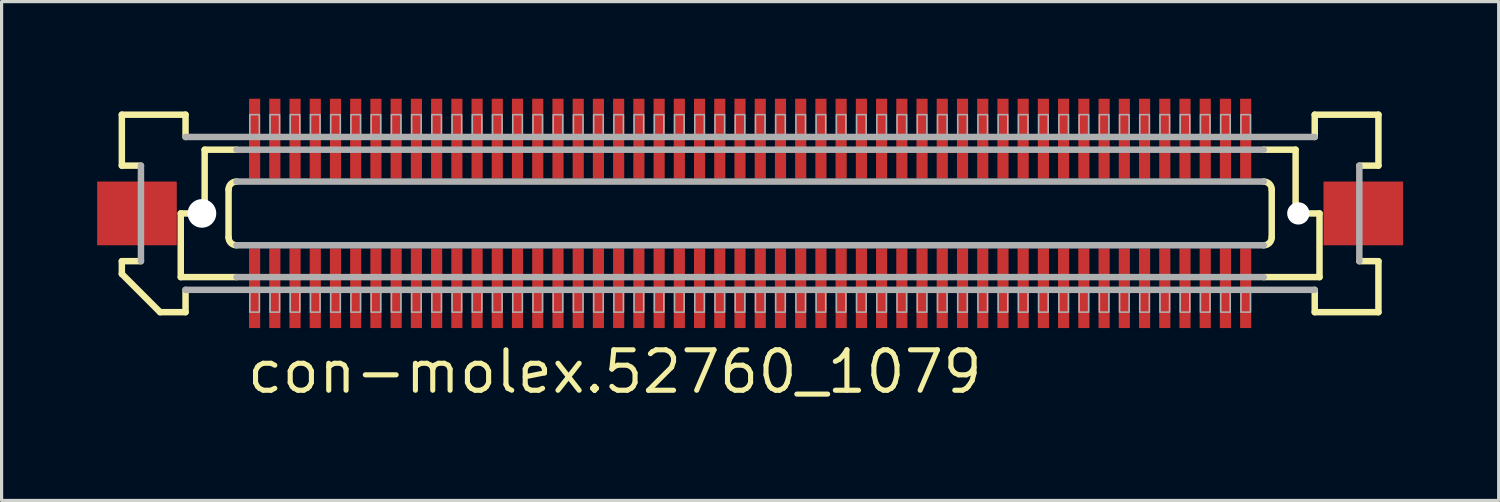
<source format=kicad_pcb>
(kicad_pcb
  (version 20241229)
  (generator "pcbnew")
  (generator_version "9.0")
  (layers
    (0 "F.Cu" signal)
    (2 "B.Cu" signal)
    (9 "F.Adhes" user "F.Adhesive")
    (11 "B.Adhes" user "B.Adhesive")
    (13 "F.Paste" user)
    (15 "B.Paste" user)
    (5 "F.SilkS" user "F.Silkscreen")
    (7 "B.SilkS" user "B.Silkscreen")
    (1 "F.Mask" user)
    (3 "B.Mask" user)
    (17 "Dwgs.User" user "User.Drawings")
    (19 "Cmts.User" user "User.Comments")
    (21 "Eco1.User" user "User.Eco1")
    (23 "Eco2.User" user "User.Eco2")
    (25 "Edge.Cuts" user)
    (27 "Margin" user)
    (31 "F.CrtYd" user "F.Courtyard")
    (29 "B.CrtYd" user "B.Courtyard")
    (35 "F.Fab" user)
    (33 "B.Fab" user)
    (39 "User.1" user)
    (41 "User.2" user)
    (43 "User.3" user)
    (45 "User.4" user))
  (footprint "con-molex.52760_1079"
    (layer "F.Cu")
    (at 20.5 3.65)
    (property "Reference" "con-molex.52760_1079" (at -15.875 5.715 0) (layer "F.SilkS") (effects (font (size 1.27 1.27) (thickness 0.16)) (justify left bottom)))
    (attr smd)
    (fp_rect (start -15.758 -1.075) (end -15.357 -3.625) (stroke (width 0.05) (type default)) (fill yes) (layer "F.Mask"))
    (fp_rect (start -15.758 3.625) (end -15.357 1.075) (stroke (width 0.05) (type default)) (fill yes) (layer "F.Mask"))
    (fp_rect (start -15.123 -1.075) (end -14.723 -3.625) (stroke (width 0.05) (type default)) (fill yes) (layer "F.Mask"))
    (fp_rect (start -15.123 3.625) (end -14.723 1.075) (stroke (width 0.05) (type default)) (fill yes) (layer "F.Mask"))
    (fp_rect (start -14.488 -1.075) (end -14.088 -3.625) (stroke (width 0.05) (type default)) (fill yes) (layer "F.Mask"))
    (fp_rect (start -14.488 3.625) (end -14.088 1.075) (stroke (width 0.05) (type default)) (fill yes) (layer "F.Mask"))
    (fp_rect (start -13.852 -1.075) (end -13.453 -3.625) (stroke (width 0.05) (type default)) (fill yes) (layer "F.Mask"))
    (fp_rect (start -13.852 3.625) (end -13.453 1.075) (stroke (width 0.05) (type default)) (fill yes) (layer "F.Mask"))
    (fp_rect (start -13.217 -1.075) (end -12.818 -3.625) (stroke (width 0.05) (type default)) (fill yes) (layer "F.Mask"))
    (fp_rect (start -13.217 3.625) (end -12.818 1.075) (stroke (width 0.05) (type default)) (fill yes) (layer "F.Mask"))
    (fp_rect (start -12.582 -1.075) (end -12.182 -3.625) (stroke (width 0.05) (type default)) (fill yes) (layer "F.Mask"))
    (fp_rect (start -12.582 3.625) (end -12.182 1.075) (stroke (width 0.05) (type default)) (fill yes) (layer "F.Mask"))
    (fp_rect (start -11.947 -1.075) (end -11.547 -3.625) (stroke (width 0.05) (type default)) (fill yes) (layer "F.Mask"))
    (fp_rect (start -11.947 3.625) (end -11.547 1.075) (stroke (width 0.05) (type default)) (fill yes) (layer "F.Mask"))
    (fp_rect (start -11.312 -1.075) (end -10.912 -3.625) (stroke (width 0.05) (type default)) (fill yes) (layer "F.Mask"))
    (fp_rect (start -11.312 3.625) (end -10.912 1.075) (stroke (width 0.05) (type default)) (fill yes) (layer "F.Mask"))
    (fp_rect (start -10.678 -1.075) (end -10.277 -3.625) (stroke (width 0.05) (type default)) (fill yes) (layer "F.Mask"))
    (fp_rect (start -10.678 3.625) (end -10.277 1.075) (stroke (width 0.05) (type default)) (fill yes) (layer "F.Mask"))
    (fp_rect (start -10.043 -1.075) (end -9.643 -3.625) (stroke (width 0.05) (type default)) (fill yes) (layer "F.Mask"))
    (fp_rect (start -10.043 3.625) (end -9.643 1.075) (stroke (width 0.05) (type default)) (fill yes) (layer "F.Mask"))
    (fp_rect (start -9.408 -1.075) (end -9.008 -3.625) (stroke (width 0.05) (type default)) (fill yes) (layer "F.Mask"))
    (fp_rect (start -9.408 3.625) (end -9.008 1.075) (stroke (width 0.05) (type default)) (fill yes) (layer "F.Mask"))
    (fp_rect (start -8.773 -1.075) (end -8.373 -3.625) (stroke (width 0.05) (type default)) (fill yes) (layer "F.Mask"))
    (fp_rect (start -8.773 3.625) (end -8.373 1.075) (stroke (width 0.05) (type default)) (fill yes) (layer "F.Mask"))
    (fp_rect (start -8.137 -1.075) (end -7.737 -3.625) (stroke (width 0.05) (type default)) (fill yes) (layer "F.Mask"))
    (fp_rect (start -8.137 3.625) (end -7.737 1.075) (stroke (width 0.05) (type default)) (fill yes) (layer "F.Mask"))
    (fp_rect (start -7.503 -1.075) (end -7.103 -3.625) (stroke (width 0.05) (type default)) (fill yes) (layer "F.Mask"))
    (fp_rect (start -7.503 3.625) (end -7.103 1.075) (stroke (width 0.05) (type default)) (fill yes) (layer "F.Mask"))
    (fp_rect (start -6.867 -1.075) (end -6.468 -3.625) (stroke (width 0.05) (type default)) (fill yes) (layer "F.Mask"))
    (fp_rect (start -6.867 3.625) (end -6.468 1.075) (stroke (width 0.05) (type default)) (fill yes) (layer "F.Mask"))
    (fp_rect (start -6.232 -1.075) (end -5.832 -3.625) (stroke (width 0.05) (type default)) (fill yes) (layer "F.Mask"))
    (fp_rect (start -6.232 3.625) (end -5.832 1.075) (stroke (width 0.05) (type default)) (fill yes) (layer "F.Mask"))
    (fp_rect (start -5.598 -1.075) (end -5.197 -3.625) (stroke (width 0.05) (type default)) (fill yes) (layer "F.Mask"))
    (fp_rect (start -5.598 3.625) (end -5.197 1.075) (stroke (width 0.05) (type default)) (fill yes) (layer "F.Mask"))
    (fp_rect (start -4.963 -1.075) (end -4.562 -3.625) (stroke (width 0.05) (type default)) (fill yes) (layer "F.Mask"))
    (fp_rect (start -4.963 3.625) (end -4.562 1.075) (stroke (width 0.05) (type default)) (fill yes) (layer "F.Mask"))
    (fp_rect (start -4.327 -1.075) (end -3.928 -3.625) (stroke (width 0.05) (type default)) (fill yes) (layer "F.Mask"))
    (fp_rect (start -4.327 3.625) (end -3.928 1.075) (stroke (width 0.05) (type default)) (fill yes) (layer "F.Mask"))
    (fp_rect (start -3.692 -1.075) (end -3.292 -3.625) (stroke (width 0.05) (type default)) (fill yes) (layer "F.Mask"))
    (fp_rect (start -3.692 3.625) (end -3.292 1.075) (stroke (width 0.05) (type default)) (fill yes) (layer "F.Mask"))
    (fp_rect (start -3.058 -1.075) (end -2.658 -3.625) (stroke (width 0.05) (type default)) (fill yes) (layer "F.Mask"))
    (fp_rect (start -3.058 3.625) (end -2.658 1.075) (stroke (width 0.05) (type default)) (fill yes) (layer "F.Mask"))
    (fp_rect (start -2.422 -1.075) (end -2.022 -3.625) (stroke (width 0.05) (type default)) (fill yes) (layer "F.Mask"))
    (fp_rect (start -2.422 3.625) (end -2.022 1.075) (stroke (width 0.05) (type default)) (fill yes) (layer "F.Mask"))
    (fp_rect (start -1.788 -1.075) (end -1.387 -3.625) (stroke (width 0.05) (type default)) (fill yes) (layer "F.Mask"))
    (fp_rect (start -1.788 3.625) (end -1.387 1.075) (stroke (width 0.05) (type default)) (fill yes) (layer "F.Mask"))
    (fp_rect (start -1.153 -1.075) (end -0.752 -3.625) (stroke (width 0.05) (type default)) (fill yes) (layer "F.Mask"))
    (fp_rect (start -1.153 3.625) (end -0.752 1.075) (stroke (width 0.05) (type default)) (fill yes) (layer "F.Mask"))
    (fp_rect (start -0.517 -1.075) (end -0.117 -3.625) (stroke (width 0.05) (type default)) (fill yes) (layer "F.Mask"))
    (fp_rect (start -0.517 3.625) (end -0.117 1.075) (stroke (width 0.05) (type default)) (fill yes) (layer "F.Mask"))
    (fp_rect (start 0.117 -1.075) (end 0.517 -3.625) (stroke (width 0.05) (type default)) (fill yes) (layer "F.Mask"))
    (fp_rect (start 0.117 3.625) (end 0.517 1.075) (stroke (width 0.05) (type default)) (fill yes) (layer "F.Mask"))
    (fp_rect (start 0.752 -1.075) (end 1.153 -3.625) (stroke (width 0.05) (type default)) (fill yes) (layer "F.Mask"))
    (fp_rect (start 0.752 3.625) (end 1.153 1.075) (stroke (width 0.05) (type default)) (fill yes) (layer "F.Mask"))
    (fp_rect (start 1.387 -1.075) (end 1.788 -3.625) (stroke (width 0.05) (type default)) (fill yes) (layer "F.Mask"))
    (fp_rect (start 1.387 3.625) (end 1.788 1.075) (stroke (width 0.05) (type default)) (fill yes) (layer "F.Mask"))
    (fp_rect (start 2.022 -1.075) (end 2.422 -3.625) (stroke (width 0.05) (type default)) (fill yes) (layer "F.Mask"))
    (fp_rect (start 2.022 3.625) (end 2.422 1.075) (stroke (width 0.05) (type default)) (fill yes) (layer "F.Mask"))
    (fp_rect (start 2.658 -1.075) (end 3.058 -3.625) (stroke (width 0.05) (type default)) (fill yes) (layer "F.Mask"))
    (fp_rect (start 2.658 3.625) (end 3.058 1.075) (stroke (width 0.05) (type default)) (fill yes) (layer "F.Mask"))
    (fp_rect (start 3.292 -1.075) (end 3.692 -3.625) (stroke (width 0.05) (type default)) (fill yes) (layer "F.Mask"))
    (fp_rect (start 3.292 3.625) (end 3.692 1.075) (stroke (width 0.05) (type default)) (fill yes) (layer "F.Mask"))
    (fp_rect (start 3.928 -1.075) (end 4.327 -3.625) (stroke (width 0.05) (type default)) (fill yes) (layer "F.Mask"))
    (fp_rect (start 3.928 3.625) (end 4.327 1.075) (stroke (width 0.05) (type default)) (fill yes) (layer "F.Mask"))
    (fp_rect (start 4.562 -1.075) (end 4.963 -3.625) (stroke (width 0.05) (type default)) (fill yes) (layer "F.Mask"))
    (fp_rect (start 4.562 3.625) (end 4.963 1.075) (stroke (width 0.05) (type default)) (fill yes) (layer "F.Mask"))
    (fp_rect (start 5.197 -1.075) (end 5.598 -3.625) (stroke (width 0.05) (type default)) (fill yes) (layer "F.Mask"))
    (fp_rect (start 5.197 3.625) (end 5.598 1.075) (stroke (width 0.05) (type default)) (fill yes) (layer "F.Mask"))
    (fp_rect (start 5.832 -1.075) (end 6.232 -3.625) (stroke (width 0.05) (type default)) (fill yes) (layer "F.Mask"))
    (fp_rect (start 5.832 3.625) (end 6.232 1.075) (stroke (width 0.05) (type default)) (fill yes) (layer "F.Mask"))
    (fp_rect (start 6.468 -1.075) (end 6.867 -3.625) (stroke (width 0.05) (type default)) (fill yes) (layer "F.Mask"))
    (fp_rect (start 6.468 3.625) (end 6.867 1.075) (stroke (width 0.05) (type default)) (fill yes) (layer "F.Mask"))
    (fp_rect (start 7.103 -1.075) (end 7.503 -3.625) (stroke (width 0.05) (type default)) (fill yes) (layer "F.Mask"))
    (fp_rect (start 7.103 3.625) (end 7.503 1.075) (stroke (width 0.05) (type default)) (fill yes) (layer "F.Mask"))
    (fp_rect (start 7.737 -1.075) (end 8.137 -3.625) (stroke (width 0.05) (type default)) (fill yes) (layer "F.Mask"))
    (fp_rect (start 7.737 3.625) (end 8.137 1.075) (stroke (width 0.05) (type default)) (fill yes) (layer "F.Mask"))
    (fp_rect (start 8.373 -1.075) (end 8.773 -3.625) (stroke (width 0.05) (type default)) (fill yes) (layer "F.Mask"))
    (fp_rect (start 8.373 3.625) (end 8.773 1.075) (stroke (width 0.05) (type default)) (fill yes) (layer "F.Mask"))
    (fp_rect (start 9.008 -1.075) (end 9.408 -3.625) (stroke (width 0.05) (type default)) (fill yes) (layer "F.Mask"))
    (fp_rect (start 9.008 3.625) (end 9.408 1.075) (stroke (width 0.05) (type default)) (fill yes) (layer "F.Mask"))
    (fp_rect (start 9.643 -1.075) (end 10.043 -3.625) (stroke (width 0.05) (type default)) (fill yes) (layer "F.Mask"))
    (fp_rect (start 9.643 3.625) (end 10.043 1.075) (stroke (width 0.05) (type default)) (fill yes) (layer "F.Mask"))
    (fp_rect (start 10.277 -1.075) (end 10.678 -3.625) (stroke (width 0.05) (type default)) (fill yes) (layer "F.Mask"))
    (fp_rect (start 10.277 3.625) (end 10.678 1.075) (stroke (width 0.05) (type default)) (fill yes) (layer "F.Mask"))
    (fp_rect (start 10.912 -1.075) (end 11.312 -3.625) (stroke (width 0.05) (type default)) (fill yes) (layer "F.Mask"))
    (fp_rect (start 10.912 3.625) (end 11.312 1.075) (stroke (width 0.05) (type default)) (fill yes) (layer "F.Mask"))
    (fp_rect (start 11.547 -1.075) (end 11.947 -3.625) (stroke (width 0.05) (type default)) (fill yes) (layer "F.Mask"))
    (fp_rect (start 11.547 3.625) (end 11.947 1.075) (stroke (width 0.05) (type default)) (fill yes) (layer "F.Mask"))
    (fp_rect (start 12.182 -1.075) (end 12.582 -3.625) (stroke (width 0.05) (type default)) (fill yes) (layer "F.Mask"))
    (fp_rect (start 12.182 3.625) (end 12.582 1.075) (stroke (width 0.05) (type default)) (fill yes) (layer "F.Mask"))
    (fp_rect (start 12.818 -1.075) (end 13.217 -3.625) (stroke (width 0.05) (type default)) (fill yes) (layer "F.Mask"))
    (fp_rect (start 12.818 3.625) (end 13.217 1.075) (stroke (width 0.05) (type default)) (fill yes) (layer "F.Mask"))
    (fp_rect (start 13.453 -1.075) (end 13.852 -3.625) (stroke (width 0.05) (type default)) (fill yes) (layer "F.Mask"))
    (fp_rect (start 13.453 3.625) (end 13.852 1.075) (stroke (width 0.05) (type default)) (fill yes) (layer "F.Mask"))
    (fp_rect (start 14.088 -1.075) (end 14.488 -3.625) (stroke (width 0.05) (type default)) (fill yes) (layer "F.Mask"))
    (fp_rect (start 14.088 3.625) (end 14.488 1.075) (stroke (width 0.05) (type default)) (fill yes) (layer "F.Mask"))
    (fp_rect (start 14.723 -1.075) (end 15.123 -3.625) (stroke (width 0.05) (type default)) (fill yes) (layer "F.Mask"))
    (fp_rect (start 14.723 3.625) (end 15.123 1.075) (stroke (width 0.05) (type default)) (fill yes) (layer "F.Mask"))
    (fp_rect (start 15.357 -1.075) (end 15.758 -3.625) (stroke (width 0.05) (type default)) (fill yes) (layer "F.Mask"))
    (fp_rect (start 15.357 3.625) (end 15.758 1.075) (stroke (width 0.05) (type default)) (fill yes) (layer "F.Mask"))
    (fp_line (start -19.725 -3.1) (end -17.725 -3.1) (stroke (width 0.203) (type default)) (layer "F.SilkS"))
    (fp_line (start -19.725 -1.5) (end -19.725 -3.1) (stroke (width 0.203) (type default)) (layer "F.SilkS"))
    (fp_line (start -19.725 1.5) (end -19.125 1.5) (stroke (width 0.203) (type default)) (layer "F.SilkS"))
    (fp_line (start -19.725 1.9) (end -19.725 1.5) (stroke (width 0.203) (type default)) (layer "F.SilkS"))
    (fp_line (start -19.125 -1.5) (end -19.725 -1.5) (stroke (width 0.203) (type default)) (layer "F.SilkS"))
    (fp_line (start -18.525 3.1) (end -19.725 1.9) (stroke (width 0.203) (type default)) (layer "F.SilkS"))
    (fp_line (start -17.875 0) (end -17.875 2) (stroke (width 0.203) (type default)) (layer "F.SilkS"))
    (fp_line (start -17.875 2) (end -16.125 2) (stroke (width 0.203) (type default)) (layer "F.SilkS"))
    (fp_line (start -17.725 -3.1) (end -17.725 -2.4) (stroke (width 0.203) (type default)) (layer "F.SilkS"))
    (fp_line (start -17.725 2.4) (end -17.725 3.1) (stroke (width 0.203) (type default)) (layer "F.SilkS"))
    (fp_line (start -17.725 3.1) (end -18.525 3.1) (stroke (width 0.203) (type default)) (layer "F.SilkS"))
    (fp_line (start -17.125 -2) (end -17.125 0) (stroke (width 0.203) (type default)) (layer "F.SilkS"))
    (fp_line (start -17.125 0) (end -17.875 0) (stroke (width 0.203) (type default)) (layer "F.SilkS"))
    (fp_line (start -16.375 0.75) (end -16.375 -0.75) (stroke (width 0.203) (type default)) (layer "F.SilkS"))
    (fp_line (start -16.125 -2) (end -17.125 -2) (stroke (width 0.203) (type default)) (layer "F.SilkS"))
    (fp_line (start 16.125 2) (end 17.875 2) (stroke (width 0.203) (type default)) (layer "F.SilkS"))
    (fp_line (start 16.375 -0.75) (end 16.375 0.75) (stroke (width 0.203) (type default)) (layer "F.SilkS"))
    (fp_line (start 17.125 -2) (end 16.125 -2) (stroke (width 0.203) (type default)) (layer "F.SilkS"))
    (fp_line (start 17.125 -2) (end 17.125 0) (stroke (width 0.203) (type default)) (layer "F.SilkS"))
    (fp_line (start 17.725 -3.1) (end 19.725 -3.1) (stroke (width 0.203) (type default)) (layer "F.SilkS"))
    (fp_line (start 17.725 -2.4) (end 17.725 -3.1) (stroke (width 0.203) (type default)) (layer "F.SilkS"))
    (fp_line (start 17.725 3.1) (end 17.725 2.4) (stroke (width 0.203) (type default)) (layer "F.SilkS"))
    (fp_line (start 17.875 0) (end 17.125 0) (stroke (width 0.203) (type default)) (layer "F.SilkS"))
    (fp_line (start 17.875 0) (end 17.875 2) (stroke (width 0.203) (type default)) (layer "F.SilkS"))
    (fp_line (start 19.125 1.5) (end 19.725 1.5) (stroke (width 0.203) (type default)) (layer "F.SilkS"))
    (fp_line (start 19.725 -3.1) (end 19.725 -1.5) (stroke (width 0.203) (type default)) (layer "F.SilkS"))
    (fp_line (start 19.725 -1.5) (end 19.125 -1.5) (stroke (width 0.203) (type default)) (layer "F.SilkS"))
    (fp_line (start 19.725 1.5) (end 19.725 3.1) (stroke (width 0.203) (type default)) (layer "F.SilkS"))
    (fp_line (start 19.725 3.1) (end 17.725 3.1) (stroke (width 0.203) (type default)) (layer "F.SilkS"))
    (fp_arc (start -16.375 -0.75) (mid -16.301777 -0.926777) (end -16.125 -1) (stroke (width 0.2032) (type default)) (layer "F.SilkS"))
    (fp_arc (start -16.125 1) (mid -16.301777 0.926777) (end -16.375 0.75) (stroke (width 0.2032) (type default)) (layer "F.SilkS"))
    (fp_arc (start 16.125 -1) (mid 16.301777 -0.926777) (end 16.375 -0.75) (stroke (width 0.2032) (type default)) (layer "F.SilkS"))
    (fp_arc (start 16.375 0.75) (mid 16.301777 0.926777) (end 16.125 1) (stroke (width 0.2032) (type default)) (layer "F.SilkS"))
    (fp_line (start -19.125 1.5) (end -19.125 -1.5) (stroke (width 0.203) (type default)) (layer "F.Fab"))
    (fp_line (start -17.725 -2.4) (end 17.725 -2.4) (stroke (width 0.203) (type default)) (layer "F.Fab"))
    (fp_line (start -16.125 -1) (end 16.125 -1) (stroke (width 0.203) (type default)) (layer "F.Fab"))
    (fp_line (start -16.125 2) (end 16.125 2) (stroke (width 0.203) (type default)) (layer "F.Fab"))
    (fp_line (start 16.125 -2) (end -16.125 -2) (stroke (width 0.203) (type default)) (layer "F.Fab"))
    (fp_line (start 16.125 1) (end -16.125 1) (stroke (width 0.203) (type default)) (layer "F.Fab"))
    (fp_line (start 17.725 2.4) (end -17.725 2.4) (stroke (width 0.203) (type default)) (layer "F.Fab"))
    (fp_line (start 19.125 -1.5) (end 19.125 1.5) (stroke (width 0.203) (type default)) (layer "F.Fab"))
    (fp_rect (start -15.707 -2.375) (end -15.408 -3.1) (stroke (width 0.05) (type default)) (fill no) (layer "F.Fab"))
    (fp_rect (start -15.707 3.1) (end -15.408 2.375) (stroke (width 0.05) (type default)) (fill no) (layer "F.Fab"))
    (fp_rect (start -15.072 -2.375) (end -14.773 -3.1) (stroke (width 0.05) (type default)) (fill no) (layer "F.Fab"))
    (fp_rect (start -15.072 3.1) (end -14.773 2.375) (stroke (width 0.05) (type default)) (fill no) (layer "F.Fab"))
    (fp_rect (start -14.438 -2.375) (end -14.137 -3.1) (stroke (width 0.05) (type default)) (fill no) (layer "F.Fab"))
    (fp_rect (start -14.438 3.1) (end -14.137 2.375) (stroke (width 0.05) (type default)) (fill no) (layer "F.Fab"))
    (fp_rect (start -13.803 -2.375) (end -13.502 -3.1) (stroke (width 0.05) (type default)) (fill no) (layer "F.Fab"))
    (fp_rect (start -13.803 3.1) (end -13.502 2.375) (stroke (width 0.05) (type default)) (fill no) (layer "F.Fab"))
    (fp_rect (start -13.168 -2.375) (end -12.867 -3.1) (stroke (width 0.05) (type default)) (fill no) (layer "F.Fab"))
    (fp_rect (start -13.168 3.1) (end -12.867 2.375) (stroke (width 0.05) (type default)) (fill no) (layer "F.Fab"))
    (fp_rect (start -12.533 -2.375) (end -12.232 -3.1) (stroke (width 0.05) (type default)) (fill no) (layer "F.Fab"))
    (fp_rect (start -12.533 3.1) (end -12.232 2.375) (stroke (width 0.05) (type default)) (fill no) (layer "F.Fab"))
    (fp_rect (start -11.898 -2.375) (end -11.598 -3.1) (stroke (width 0.05) (type default)) (fill no) (layer "F.Fab"))
    (fp_rect (start -11.898 3.1) (end -11.598 2.375) (stroke (width 0.05) (type default)) (fill no) (layer "F.Fab"))
    (fp_rect (start -11.262 -2.375) (end -10.963 -3.1) (stroke (width 0.05) (type default)) (fill no) (layer "F.Fab"))
    (fp_rect (start -11.262 3.1) (end -10.963 2.375) (stroke (width 0.05) (type default)) (fill no) (layer "F.Fab"))
    (fp_rect (start -10.627 -2.375) (end -10.328 -3.1) (stroke (width 0.05) (type default)) (fill no) (layer "F.Fab"))
    (fp_rect (start -10.627 3.1) (end -10.328 2.375) (stroke (width 0.05) (type default)) (fill no) (layer "F.Fab"))
    (fp_rect (start -9.992 -2.375) (end -9.693 -3.1) (stroke (width 0.05) (type default)) (fill no) (layer "F.Fab"))
    (fp_rect (start -9.992 3.1) (end -9.693 2.375) (stroke (width 0.05) (type default)) (fill no) (layer "F.Fab"))
    (fp_rect (start -9.357 -2.375) (end -9.057 -3.1) (stroke (width 0.05) (type default)) (fill no) (layer "F.Fab"))
    (fp_rect (start -9.357 3.1) (end -9.057 2.375) (stroke (width 0.05) (type default)) (fill no) (layer "F.Fab"))
    (fp_rect (start -8.723 -2.375) (end -8.422 -3.1) (stroke (width 0.05) (type default)) (fill no) (layer "F.Fab"))
    (fp_rect (start -8.723 3.1) (end -8.422 2.375) (stroke (width 0.05) (type default)) (fill no) (layer "F.Fab"))
    (fp_rect (start -8.088 -2.375) (end -7.787 -3.1) (stroke (width 0.05) (type default)) (fill no) (layer "F.Fab"))
    (fp_rect (start -8.088 3.1) (end -7.787 2.375) (stroke (width 0.05) (type default)) (fill no) (layer "F.Fab"))
    (fp_rect (start -7.452 -2.375) (end -7.152 -3.1) (stroke (width 0.05) (type default)) (fill no) (layer "F.Fab"))
    (fp_rect (start -7.452 3.1) (end -7.152 2.375) (stroke (width 0.05) (type default)) (fill no) (layer "F.Fab"))
    (fp_rect (start -6.817 -2.375) (end -6.518 -3.1) (stroke (width 0.05) (type default)) (fill no) (layer "F.Fab"))
    (fp_rect (start -6.817 3.1) (end -6.518 2.375) (stroke (width 0.05) (type default)) (fill no) (layer "F.Fab"))
    (fp_rect (start -6.183 -2.375) (end -5.883 -3.1) (stroke (width 0.05) (type default)) (fill no) (layer "F.Fab"))
    (fp_rect (start -6.183 3.1) (end -5.883 2.375) (stroke (width 0.05) (type default)) (fill no) (layer "F.Fab"))
    (fp_rect (start -5.548 -2.375) (end -5.247 -3.1) (stroke (width 0.05) (type default)) (fill no) (layer "F.Fab"))
    (fp_rect (start -5.548 3.1) (end -5.247 2.375) (stroke (width 0.05) (type default)) (fill no) (layer "F.Fab"))
    (fp_rect (start -4.912 -2.375) (end -4.612 -3.1) (stroke (width 0.05) (type default)) (fill no) (layer "F.Fab"))
    (fp_rect (start -4.912 3.1) (end -4.612 2.375) (stroke (width 0.05) (type default)) (fill no) (layer "F.Fab"))
    (fp_rect (start -4.277 -2.375) (end -3.978 -3.1) (stroke (width 0.05) (type default)) (fill no) (layer "F.Fab"))
    (fp_rect (start -4.277 3.1) (end -3.978 2.375) (stroke (width 0.05) (type default)) (fill no) (layer "F.Fab"))
    (fp_rect (start -3.643 -2.375) (end -3.342 -3.1) (stroke (width 0.05) (type default)) (fill no) (layer "F.Fab"))
    (fp_rect (start -3.643 3.1) (end -3.342 2.375) (stroke (width 0.05) (type default)) (fill no) (layer "F.Fab"))
    (fp_rect (start -3.007 -2.375) (end -2.708 -3.1) (stroke (width 0.05) (type default)) (fill no) (layer "F.Fab"))
    (fp_rect (start -3.007 3.1) (end -2.708 2.375) (stroke (width 0.05) (type default)) (fill no) (layer "F.Fab"))
    (fp_rect (start -2.373 -2.375) (end -2.072 -3.1) (stroke (width 0.05) (type default)) (fill no) (layer "F.Fab"))
    (fp_rect (start -2.373 3.1) (end -2.072 2.375) (stroke (width 0.05) (type default)) (fill no) (layer "F.Fab"))
    (fp_rect (start -1.738 -2.375) (end -1.438 -3.1) (stroke (width 0.05) (type default)) (fill no) (layer "F.Fab"))
    (fp_rect (start -1.738 3.1) (end -1.438 2.375) (stroke (width 0.05) (type default)) (fill no) (layer "F.Fab"))
    (fp_rect (start -1.103 -2.375) (end -0.802 -3.1) (stroke (width 0.05) (type default)) (fill no) (layer "F.Fab"))
    (fp_rect (start -1.103 3.1) (end -0.802 2.375) (stroke (width 0.05) (type default)) (fill no) (layer "F.Fab"))
    (fp_rect (start -0.468 -2.375) (end -0.168 -3.1) (stroke (width 0.05) (type default)) (fill no) (layer "F.Fab"))
    (fp_rect (start -0.468 3.1) (end -0.168 2.375) (stroke (width 0.05) (type default)) (fill no) (layer "F.Fab"))
    (fp_rect (start 0.168 -2.375) (end 0.468 -3.1) (stroke (width 0.05) (type default)) (fill no) (layer "F.Fab"))
    (fp_rect (start 0.168 3.1) (end 0.468 2.375) (stroke (width 0.05) (type default)) (fill no) (layer "F.Fab"))
    (fp_rect (start 0.802 -2.375) (end 1.103 -3.1) (stroke (width 0.05) (type default)) (fill no) (layer "F.Fab"))
    (fp_rect (start 0.802 3.1) (end 1.103 2.375) (stroke (width 0.05) (type default)) (fill no) (layer "F.Fab"))
    (fp_rect (start 1.438 -2.375) (end 1.738 -3.1) (stroke (width 0.05) (type default)) (fill no) (layer "F.Fab"))
    (fp_rect (start 1.438 3.1) (end 1.738 2.375) (stroke (width 0.05) (type default)) (fill no) (layer "F.Fab"))
    (fp_rect (start 2.072 -2.375) (end 2.373 -3.1) (stroke (width 0.05) (type default)) (fill no) (layer "F.Fab"))
    (fp_rect (start 2.072 3.1) (end 2.373 2.375) (stroke (width 0.05) (type default)) (fill no) (layer "F.Fab"))
    (fp_rect (start 2.708 -2.375) (end 3.007 -3.1) (stroke (width 0.05) (type default)) (fill no) (layer "F.Fab"))
    (fp_rect (start 2.708 3.1) (end 3.007 2.375) (stroke (width 0.05) (type default)) (fill no) (layer "F.Fab"))
    (fp_rect (start 3.342 -2.375) (end 3.643 -3.1) (stroke (width 0.05) (type default)) (fill no) (layer "F.Fab"))
    (fp_rect (start 3.342 3.1) (end 3.643 2.375) (stroke (width 0.05) (type default)) (fill no) (layer "F.Fab"))
    (fp_rect (start 3.978 -2.375) (end 4.277 -3.1) (stroke (width 0.05) (type default)) (fill no) (layer "F.Fab"))
    (fp_rect (start 3.978 3.1) (end 4.277 2.375) (stroke (width 0.05) (type default)) (fill no) (layer "F.Fab"))
    (fp_rect (start 4.612 -2.375) (end 4.912 -3.1) (stroke (width 0.05) (type default)) (fill no) (layer "F.Fab"))
    (fp_rect (start 4.612 3.1) (end 4.912 2.375) (stroke (width 0.05) (type default)) (fill no) (layer "F.Fab"))
    (fp_rect (start 5.247 -2.375) (end 5.548 -3.1) (stroke (width 0.05) (type default)) (fill no) (layer "F.Fab"))
    (fp_rect (start 5.247 3.1) (end 5.548 2.375) (stroke (width 0.05) (type default)) (fill no) (layer "F.Fab"))
    (fp_rect (start 5.883 -2.375) (end 6.183 -3.1) (stroke (width 0.05) (type default)) (fill no) (layer "F.Fab"))
    (fp_rect (start 5.883 3.1) (end 6.183 2.375) (stroke (width 0.05) (type default)) (fill no) (layer "F.Fab"))
    (fp_rect (start 6.518 -2.375) (end 6.817 -3.1) (stroke (width 0.05) (type default)) (fill no) (layer "F.Fab"))
    (fp_rect (start 6.518 3.1) (end 6.817 2.375) (stroke (width 0.05) (type default)) (fill no) (layer "F.Fab"))
    (fp_rect (start 7.152 -2.375) (end 7.452 -3.1) (stroke (width 0.05) (type default)) (fill no) (layer "F.Fab"))
    (fp_rect (start 7.152 3.1) (end 7.452 2.375) (stroke (width 0.05) (type default)) (fill no) (layer "F.Fab"))
    (fp_rect (start 7.787 -2.375) (end 8.088 -3.1) (stroke (width 0.05) (type default)) (fill no) (layer "F.Fab"))
    (fp_rect (start 7.787 3.1) (end 8.088 2.375) (stroke (width 0.05) (type default)) (fill no) (layer "F.Fab"))
    (fp_rect (start 8.422 -2.375) (end 8.723 -3.1) (stroke (width 0.05) (type default)) (fill no) (layer "F.Fab"))
    (fp_rect (start 8.422 3.1) (end 8.723 2.375) (stroke (width 0.05) (type default)) (fill no) (layer "F.Fab"))
    (fp_rect (start 9.057 -2.375) (end 9.357 -3.1) (stroke (width 0.05) (type default)) (fill no) (layer "F.Fab"))
    (fp_rect (start 9.057 3.1) (end 9.357 2.375) (stroke (width 0.05) (type default)) (fill no) (layer "F.Fab"))
    (fp_rect (start 9.693 -2.375) (end 9.992 -3.1) (stroke (width 0.05) (type default)) (fill no) (layer "F.Fab"))
    (fp_rect (start 9.693 3.1) (end 9.992 2.375) (stroke (width 0.05) (type default)) (fill no) (layer "F.Fab"))
    (fp_rect (start 10.328 -2.375) (end 10.627 -3.1) (stroke (width 0.05) (type default)) (fill no) (layer "F.Fab"))
    (fp_rect (start 10.328 3.1) (end 10.627 2.375) (stroke (width 0.05) (type default)) (fill no) (layer "F.Fab"))
    (fp_rect (start 10.963 -2.375) (end 11.262 -3.1) (stroke (width 0.05) (type default)) (fill no) (layer "F.Fab"))
    (fp_rect (start 10.963 3.1) (end 11.262 2.375) (stroke (width 0.05) (type default)) (fill no) (layer "F.Fab"))
    (fp_rect (start 11.598 -2.375) (end 11.898 -3.1) (stroke (width 0.05) (type default)) (fill no) (layer "F.Fab"))
    (fp_rect (start 11.598 3.1) (end 11.898 2.375) (stroke (width 0.05) (type default)) (fill no) (layer "F.Fab"))
    (fp_rect (start 12.232 -2.375) (end 12.533 -3.1) (stroke (width 0.05) (type default)) (fill no) (layer "F.Fab"))
    (fp_rect (start 12.232 3.1) (end 12.533 2.375) (stroke (width 0.05) (type default)) (fill no) (layer "F.Fab"))
    (fp_rect (start 12.867 -2.375) (end 13.168 -3.1) (stroke (width 0.05) (type default)) (fill no) (layer "F.Fab"))
    (fp_rect (start 12.867 3.1) (end 13.168 2.375) (stroke (width 0.05) (type default)) (fill no) (layer "F.Fab"))
    (fp_rect (start 13.502 -2.375) (end 13.803 -3.1) (stroke (width 0.05) (type default)) (fill no) (layer "F.Fab"))
    (fp_rect (start 13.502 3.1) (end 13.803 2.375) (stroke (width 0.05) (type default)) (fill no) (layer "F.Fab"))
    (fp_rect (start 14.137 -2.375) (end 14.438 -3.1) (stroke (width 0.05) (type default)) (fill no) (layer "F.Fab"))
    (fp_rect (start 14.137 3.1) (end 14.438 2.375) (stroke (width 0.05) (type default)) (fill no) (layer "F.Fab"))
    (fp_rect (start 14.773 -2.375) (end 15.072 -3.1) (stroke (width 0.05) (type default)) (fill no) (layer "F.Fab"))
    (fp_rect (start 14.773 3.1) (end 15.072 2.375) (stroke (width 0.05) (type default)) (fill no) (layer "F.Fab"))
    (fp_rect (start 15.408 -2.375) (end 15.707 -3.1) (stroke (width 0.05) (type default)) (fill no) (layer "F.Fab"))
    (fp_rect (start 15.408 3.1) (end 15.707 2.375) (stroke (width 0.05) (type default)) (fill no) (layer "F.Fab"))
    (pad "" np_thru_hole circle (at -17.21 0) (size 0.9 0.9) (drill 0.9) (layers "*.Cu" "*.Mask"))
    (pad "" np_thru_hole circle (at 17.21 0) (size 0.7 0.7) (drill 0.7) (layers "*.Cu" "*.Mask"))
    (pad "1" smd roundrect (at -15.557 2.35) (size 0.35 2.5) (layers "F.Cu" "F.Mask" "F.Paste") (roundrect_rratio 0.01))
    (pad "2" smd roundrect (at -15.557 -2.35 180) (size 0.35 2.5) (layers "F.Cu" "F.Mask" "F.Paste") (roundrect_rratio 0.01))
    (pad "3" smd roundrect (at -14.922 2.35) (size 0.35 2.5) (layers "F.Cu" "F.Mask" "F.Paste") (roundrect_rratio 0.01))
    (pad "4" smd roundrect (at -14.922 -2.35 180) (size 0.35 2.5) (layers "F.Cu" "F.Mask" "F.Paste") (roundrect_rratio 0.01))
    (pad "5" smd roundrect (at -14.287 2.35) (size 0.35 2.5) (layers "F.Cu" "F.Mask" "F.Paste") (roundrect_rratio 0.01))
    (pad "6" smd roundrect (at -14.287 -2.35 180) (size 0.35 2.5) (layers "F.Cu" "F.Mask" "F.Paste") (roundrect_rratio 0.01))
    (pad "7" smd roundrect (at -13.652 2.35) (size 0.35 2.5) (layers "F.Cu" "F.Mask" "F.Paste") (roundrect_rratio 0.01))
    (pad "8" smd roundrect (at -13.652 -2.35 180) (size 0.35 2.5) (layers "F.Cu" "F.Mask" "F.Paste") (roundrect_rratio 0.01))
    (pad "9" smd roundrect (at -13.018 2.35) (size 0.35 2.5) (layers "F.Cu" "F.Mask" "F.Paste") (roundrect_rratio 0.01))
    (pad "10" smd roundrect (at -13.018 -2.35 180) (size 0.35 2.5) (layers "F.Cu" "F.Mask" "F.Paste") (roundrect_rratio 0.01))
    (pad "11" smd roundrect (at -12.383 2.35) (size 0.35 2.5) (layers "F.Cu" "F.Mask" "F.Paste") (roundrect_rratio 0.01))
    (pad "12" smd roundrect (at -12.383 -2.35 180) (size 0.35 2.5) (layers "F.Cu" "F.Mask" "F.Paste") (roundrect_rratio 0.01))
    (pad "13" smd roundrect (at -11.748 2.35) (size 0.35 2.5) (layers "F.Cu" "F.Mask" "F.Paste") (roundrect_rratio 0.01))
    (pad "14" smd roundrect (at -11.748 -2.35 180) (size 0.35 2.5) (layers "F.Cu" "F.Mask" "F.Paste") (roundrect_rratio 0.01))
    (pad "15" smd roundrect (at -11.113 2.35) (size 0.35 2.5) (layers "F.Cu" "F.Mask" "F.Paste") (roundrect_rratio 0.01))
    (pad "16" smd roundrect (at -11.113 -2.35 180) (size 0.35 2.5) (layers "F.Cu" "F.Mask" "F.Paste") (roundrect_rratio 0.01))
    (pad "17" smd roundrect (at -10.477 2.35) (size 0.35 2.5) (layers "F.Cu" "F.Mask" "F.Paste") (roundrect_rratio 0.01))
    (pad "18" smd roundrect (at -10.477 -2.35 180) (size 0.35 2.5) (layers "F.Cu" "F.Mask" "F.Paste") (roundrect_rratio 0.01))
    (pad "19" smd roundrect (at -9.842 2.35) (size 0.35 2.5) (layers "F.Cu" "F.Mask" "F.Paste") (roundrect_rratio 0.01))
    (pad "20" smd roundrect (at -9.842 -2.35 180) (size 0.35 2.5) (layers "F.Cu" "F.Mask" "F.Paste") (roundrect_rratio 0.01))
    (pad "21" smd roundrect (at -9.207 2.35) (size 0.35 2.5) (layers "F.Cu" "F.Mask" "F.Paste") (roundrect_rratio 0.01))
    (pad "22" smd roundrect (at -9.207 -2.35 180) (size 0.35 2.5) (layers "F.Cu" "F.Mask" "F.Paste") (roundrect_rratio 0.01))
    (pad "23" smd roundrect (at -8.572 2.35) (size 0.35 2.5) (layers "F.Cu" "F.Mask" "F.Paste") (roundrect_rratio 0.01))
    (pad "24" smd roundrect (at -8.572 -2.35 180) (size 0.35 2.5) (layers "F.Cu" "F.Mask" "F.Paste") (roundrect_rratio 0.01))
    (pad "25" smd roundrect (at -7.938 2.35) (size 0.35 2.5) (layers "F.Cu" "F.Mask" "F.Paste") (roundrect_rratio 0.01))
    (pad "26" smd roundrect (at -7.938 -2.35 180) (size 0.35 2.5) (layers "F.Cu" "F.Mask" "F.Paste") (roundrect_rratio 0.01))
    (pad "27" smd roundrect (at -7.303 2.35) (size 0.35 2.5) (layers "F.Cu" "F.Mask" "F.Paste") (roundrect_rratio 0.01))
    (pad "28" smd roundrect (at -7.303 -2.35 180) (size 0.35 2.5) (layers "F.Cu" "F.Mask" "F.Paste") (roundrect_rratio 0.01))
    (pad "29" smd roundrect (at -6.668 2.35) (size 0.35 2.5) (layers "F.Cu" "F.Mask" "F.Paste") (roundrect_rratio 0.01))
    (pad "30" smd roundrect (at -6.668 -2.35 180) (size 0.35 2.5) (layers "F.Cu" "F.Mask" "F.Paste") (roundrect_rratio 0.01))
    (pad "31" smd roundrect (at -6.032 2.35) (size 0.35 2.5) (layers "F.Cu" "F.Mask" "F.Paste") (roundrect_rratio 0.01))
    (pad "32" smd roundrect (at -6.032 -2.35 180) (size 0.35 2.5) (layers "F.Cu" "F.Mask" "F.Paste") (roundrect_rratio 0.01))
    (pad "33" smd roundrect (at -5.397 2.35) (size 0.35 2.5) (layers "F.Cu" "F.Mask" "F.Paste") (roundrect_rratio 0.01))
    (pad "34" smd roundrect (at -5.397 -2.35 180) (size 0.35 2.5) (layers "F.Cu" "F.Mask" "F.Paste") (roundrect_rratio 0.01))
    (pad "35" smd roundrect (at -4.763 2.35) (size 0.35 2.5) (layers "F.Cu" "F.Mask" "F.Paste") (roundrect_rratio 0.01))
    (pad "36" smd roundrect (at -4.763 -2.35 180) (size 0.35 2.5) (layers "F.Cu" "F.Mask" "F.Paste") (roundrect_rratio 0.01))
    (pad "37" smd roundrect (at -4.128 2.35) (size 0.35 2.5) (layers "F.Cu" "F.Mask" "F.Paste") (roundrect_rratio 0.01))
    (pad "38" smd roundrect (at -4.128 -2.35 180) (size 0.35 2.5) (layers "F.Cu" "F.Mask" "F.Paste") (roundrect_rratio 0.01))
    (pad "39" smd roundrect (at -3.493 2.35) (size 0.35 2.5) (layers "F.Cu" "F.Mask" "F.Paste") (roundrect_rratio 0.01))
    (pad "40" smd roundrect (at -3.493 -2.35 180) (size 0.35 2.5) (layers "F.Cu" "F.Mask" "F.Paste") (roundrect_rratio 0.01))
    (pad "41" smd roundrect (at -2.857 2.35) (size 0.35 2.5) (layers "F.Cu" "F.Mask" "F.Paste") (roundrect_rratio 0.01))
    (pad "42" smd roundrect (at -2.857 -2.35 180) (size 0.35 2.5) (layers "F.Cu" "F.Mask" "F.Paste") (roundrect_rratio 0.01))
    (pad "43" smd roundrect (at -2.223 2.35) (size 0.35 2.5) (layers "F.Cu" "F.Mask" "F.Paste") (roundrect_rratio 0.01))
    (pad "44" smd roundrect (at -2.223 -2.35 180) (size 0.35 2.5) (layers "F.Cu" "F.Mask" "F.Paste") (roundrect_rratio 0.01))
    (pad "45" smd roundrect (at -1.587 2.35) (size 0.35 2.5) (layers "F.Cu" "F.Mask" "F.Paste") (roundrect_rratio 0.01))
    (pad "46" smd roundrect (at -1.587 -2.35 180) (size 0.35 2.5) (layers "F.Cu" "F.Mask" "F.Paste") (roundrect_rratio 0.01))
    (pad "47" smd roundrect (at -0.953 2.35) (size 0.35 2.5) (layers "F.Cu" "F.Mask" "F.Paste") (roundrect_rratio 0.01))
    (pad "48" smd roundrect (at -0.953 -2.35 180) (size 0.35 2.5) (layers "F.Cu" "F.Mask" "F.Paste") (roundrect_rratio 0.01))
    (pad "49" smd roundrect (at -0.318 2.35) (size 0.35 2.5) (layers "F.Cu" "F.Mask" "F.Paste") (roundrect_rratio 0.01))
    (pad "50" smd roundrect (at -0.318 -2.35 180) (size 0.35 2.5) (layers "F.Cu" "F.Mask" "F.Paste") (roundrect_rratio 0.01))
    (pad "51" smd roundrect (at 0.318 2.35) (size 0.35 2.5) (layers "F.Cu" "F.Mask" "F.Paste") (roundrect_rratio 0.01))
    (pad "52" smd roundrect (at 0.318 -2.35 180) (size 0.35 2.5) (layers "F.Cu" "F.Mask" "F.Paste") (roundrect_rratio 0.01))
    (pad "53" smd roundrect (at 0.953 2.35) (size 0.35 2.5) (layers "F.Cu" "F.Mask" "F.Paste") (roundrect_rratio 0.01))
    (pad "54" smd roundrect (at 0.953 -2.35 180) (size 0.35 2.5) (layers "F.Cu" "F.Mask" "F.Paste") (roundrect_rratio 0.01))
    (pad "55" smd roundrect (at 1.587 2.35) (size 0.35 2.5) (layers "F.Cu" "F.Mask" "F.Paste") (roundrect_rratio 0.01))
    (pad "56" smd roundrect (at 1.587 -2.35 180) (size 0.35 2.5) (layers "F.Cu" "F.Mask" "F.Paste") (roundrect_rratio 0.01))
    (pad "57" smd roundrect (at 2.223 2.35) (size 0.35 2.5) (layers "F.Cu" "F.Mask" "F.Paste") (roundrect_rratio 0.01))
    (pad "58" smd roundrect (at 2.223 -2.35 180) (size 0.35 2.5) (layers "F.Cu" "F.Mask" "F.Paste") (roundrect_rratio 0.01))
    (pad "59" smd roundrect (at 2.857 2.35) (size 0.35 2.5) (layers "F.Cu" "F.Mask" "F.Paste") (roundrect_rratio 0.01))
    (pad "60" smd roundrect (at 2.857 -2.35 180) (size 0.35 2.5) (layers "F.Cu" "F.Mask" "F.Paste") (roundrect_rratio 0.01))
    (pad "61" smd roundrect (at 3.493 2.35) (size 0.35 2.5) (layers "F.Cu" "F.Mask" "F.Paste") (roundrect_rratio 0.01))
    (pad "62" smd roundrect (at 3.493 -2.35 180) (size 0.35 2.5) (layers "F.Cu" "F.Mask" "F.Paste") (roundrect_rratio 0.01))
    (pad "63" smd roundrect (at 4.128 2.35) (size 0.35 2.5) (layers "F.Cu" "F.Mask" "F.Paste") (roundrect_rratio 0.01))
    (pad "64" smd roundrect (at 4.128 -2.35 180) (size 0.35 2.5) (layers "F.Cu" "F.Mask" "F.Paste") (roundrect_rratio 0.01))
    (pad "65" smd roundrect (at 4.763 2.35) (size 0.35 2.5) (layers "F.Cu" "F.Mask" "F.Paste") (roundrect_rratio 0.01))
    (pad "66" smd roundrect (at 4.763 -2.35 180) (size 0.35 2.5) (layers "F.Cu" "F.Mask" "F.Paste") (roundrect_rratio 0.01))
    (pad "67" smd roundrect (at 5.397 2.35) (size 0.35 2.5) (layers "F.Cu" "F.Mask" "F.Paste") (roundrect_rratio 0.01))
    (pad "68" smd roundrect (at 5.397 -2.35 180) (size 0.35 2.5) (layers "F.Cu" "F.Mask" "F.Paste") (roundrect_rratio 0.01))
    (pad "69" smd roundrect (at 6.032 2.35) (size 0.35 2.5) (layers "F.Cu" "F.Mask" "F.Paste") (roundrect_rratio 0.01))
    (pad "70" smd roundrect (at 6.032 -2.35 180) (size 0.35 2.5) (layers "F.Cu" "F.Mask" "F.Paste") (roundrect_rratio 0.01))
    (pad "71" smd roundrect (at 6.668 2.35) (size 0.35 2.5) (layers "F.Cu" "F.Mask" "F.Paste") (roundrect_rratio 0.01))
    (pad "72" smd roundrect (at 6.668 -2.35 180) (size 0.35 2.5) (layers "F.Cu" "F.Mask" "F.Paste") (roundrect_rratio 0.01))
    (pad "73" smd roundrect (at 7.303 2.35) (size 0.35 2.5) (layers "F.Cu" "F.Mask" "F.Paste") (roundrect_rratio 0.01))
    (pad "74" smd roundrect (at 7.303 -2.35 180) (size 0.35 2.5) (layers "F.Cu" "F.Mask" "F.Paste") (roundrect_rratio 0.01))
    (pad "75" smd roundrect (at 7.938 2.35) (size 0.35 2.5) (layers "F.Cu" "F.Mask" "F.Paste") (roundrect_rratio 0.01))
    (pad "76" smd roundrect (at 7.938 -2.35 180) (size 0.35 2.5) (layers "F.Cu" "F.Mask" "F.Paste") (roundrect_rratio 0.01))
    (pad "77" smd roundrect (at 8.572 2.35) (size 0.35 2.5) (layers "F.Cu" "F.Mask" "F.Paste") (roundrect_rratio 0.01))
    (pad "78" smd roundrect (at 8.572 -2.35 180) (size 0.35 2.5) (layers "F.Cu" "F.Mask" "F.Paste") (roundrect_rratio 0.01))
    (pad "79" smd roundrect (at 9.207 2.35) (size 0.35 2.5) (layers "F.Cu" "F.Mask" "F.Paste") (roundrect_rratio 0.01))
    (pad "80" smd roundrect (at 9.207 -2.35 180) (size 0.35 2.5) (layers "F.Cu" "F.Mask" "F.Paste") (roundrect_rratio 0.01))
    (pad "81" smd roundrect (at 9.842 2.35) (size 0.35 2.5) (layers "F.Cu" "F.Mask" "F.Paste") (roundrect_rratio 0.01))
    (pad "82" smd roundrect (at 9.842 -2.35 180) (size 0.35 2.5) (layers "F.Cu" "F.Mask" "F.Paste") (roundrect_rratio 0.01))
    (pad "83" smd roundrect (at 10.477 2.35) (size 0.35 2.5) (layers "F.Cu" "F.Mask" "F.Paste") (roundrect_rratio 0.01))
    (pad "84" smd roundrect (at 10.477 -2.35 180) (size 0.35 2.5) (layers "F.Cu" "F.Mask" "F.Paste") (roundrect_rratio 0.01))
    (pad "85" smd roundrect (at 11.113 2.35) (size 0.35 2.5) (layers "F.Cu" "F.Mask" "F.Paste") (roundrect_rratio 0.01))
    (pad "86" smd roundrect (at 11.113 -2.35 180) (size 0.35 2.5) (layers "F.Cu" "F.Mask" "F.Paste") (roundrect_rratio 0.01))
    (pad "87" smd roundrect (at 11.748 2.35) (size 0.35 2.5) (layers "F.Cu" "F.Mask" "F.Paste") (roundrect_rratio 0.01))
    (pad "88" smd roundrect (at 11.748 -2.35 180) (size 0.35 2.5) (layers "F.Cu" "F.Mask" "F.Paste") (roundrect_rratio 0.01))
    (pad "89" smd roundrect (at 12.383 2.35) (size 0.35 2.5) (layers "F.Cu" "F.Mask" "F.Paste") (roundrect_rratio 0.01))
    (pad "90" smd roundrect (at 12.383 -2.35 180) (size 0.35 2.5) (layers "F.Cu" "F.Mask" "F.Paste") (roundrect_rratio 0.01))
    (pad "91" smd roundrect (at 13.018 2.35) (size 0.35 2.5) (layers "F.Cu" "F.Mask" "F.Paste") (roundrect_rratio 0.01))
    (pad "92" smd roundrect (at 13.018 -2.35 180) (size 0.35 2.5) (layers "F.Cu" "F.Mask" "F.Paste") (roundrect_rratio 0.01))
    (pad "93" smd roundrect (at 13.652 2.35) (size 0.35 2.5) (layers "F.Cu" "F.Mask" "F.Paste") (roundrect_rratio 0.01))
    (pad "94" smd roundrect (at 13.652 -2.35 180) (size 0.35 2.5) (layers "F.Cu" "F.Mask" "F.Paste") (roundrect_rratio 0.01))
    (pad "95" smd roundrect (at 14.287 2.35) (size 0.35 2.5) (layers "F.Cu" "F.Mask" "F.Paste") (roundrect_rratio 0.01))
    (pad "96" smd roundrect (at 14.287 -2.35 180) (size 0.35 2.5) (layers "F.Cu" "F.Mask" "F.Paste") (roundrect_rratio 0.01))
    (pad "97" smd roundrect (at 14.922 2.35) (size 0.35 2.5) (layers "F.Cu" "F.Mask" "F.Paste") (roundrect_rratio 0.01))
    (pad "98" smd roundrect (at 14.922 -2.35 180) (size 0.35 2.5) (layers "F.Cu" "F.Mask" "F.Paste") (roundrect_rratio 0.01))
    (pad "99" smd roundrect (at 15.557 2.35) (size 0.35 2.5) (layers "F.Cu" "F.Mask" "F.Paste") (roundrect_rratio 0.01))
    (pad "100" smd roundrect (at 15.557 -2.35 180) (size 0.35 2.5) (layers "F.Cu" "F.Mask" "F.Paste") (roundrect_rratio 0.01))
    (pad "M1" smd roundrect (at -19.25 0) (size 2.5 2) (layers "F.Cu" "F.Mask" "F.Paste") (roundrect_rratio 0.01))
    (pad "M2" smd roundrect (at 19.25 0 180) (size 2.5 2) (layers "F.Cu" "F.Mask" "F.Paste") (roundrect_rratio 0.01)))
  (gr_rect
    (start -3 -3)
    (end 44 12.662)
    (stroke (width 0.1) (type default))
    (fill no)
    (layer "Edge.Cuts")))
</source>
